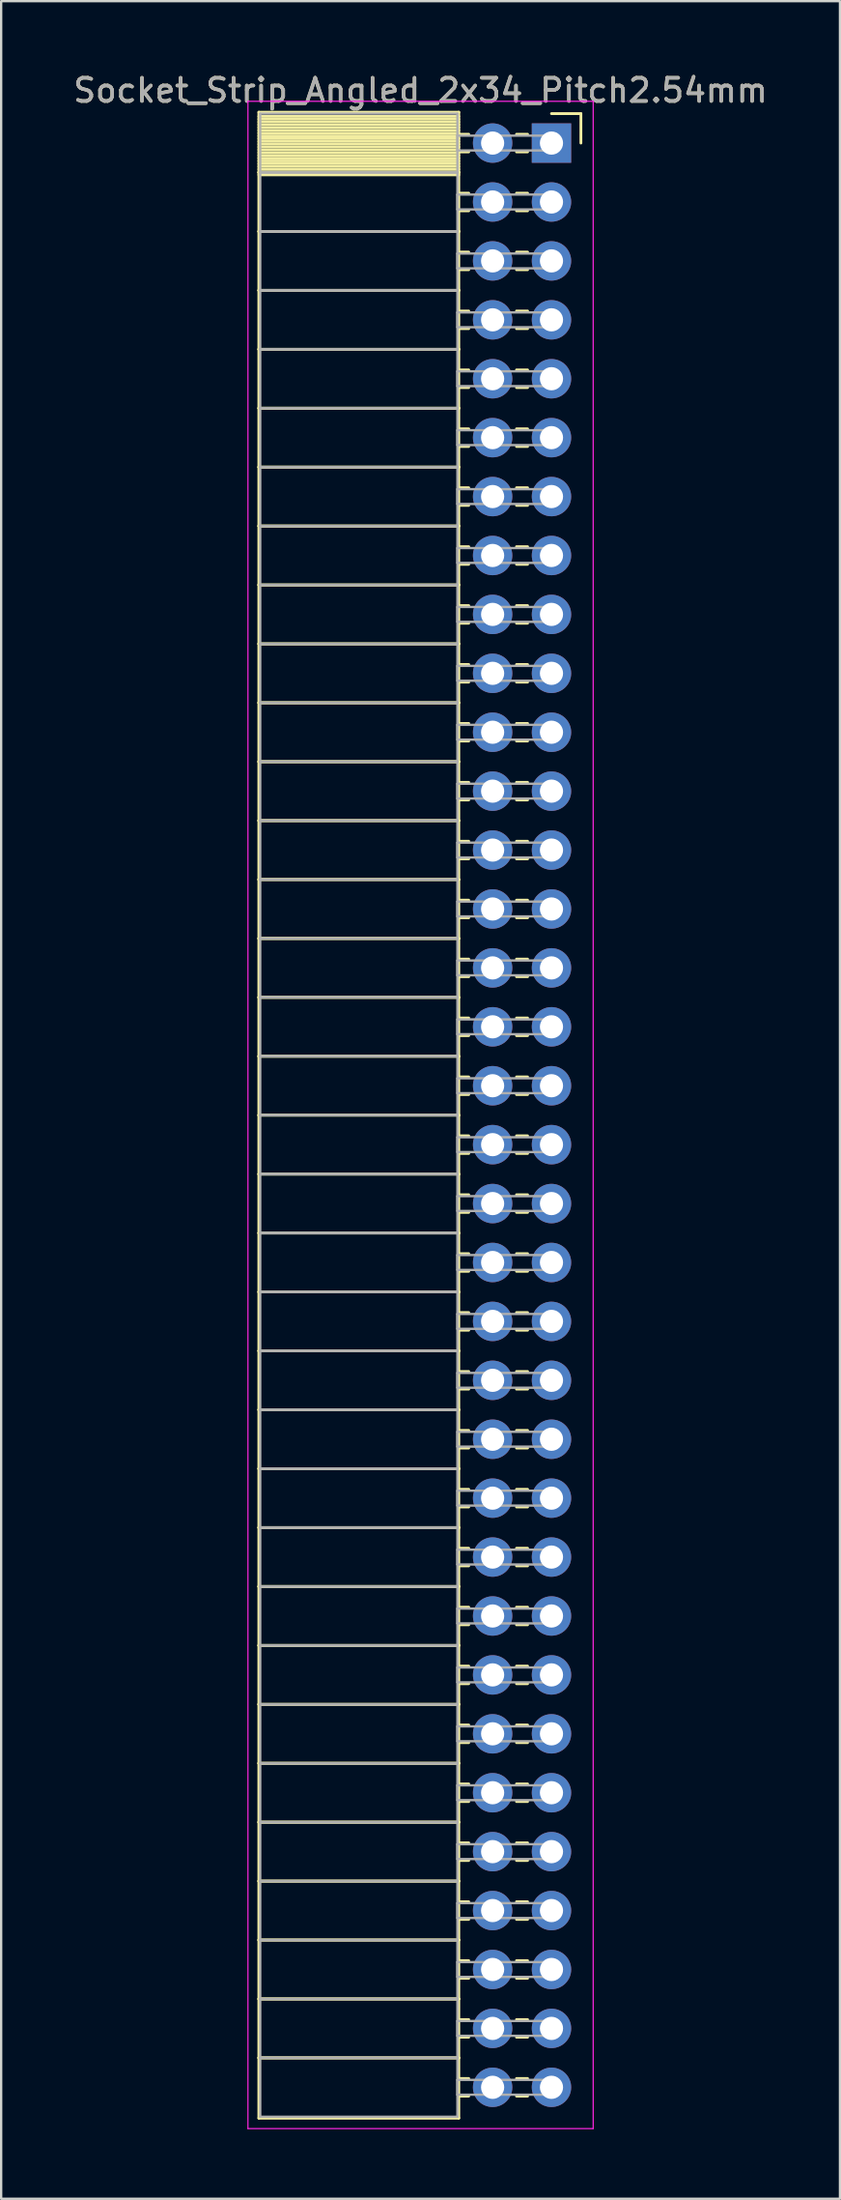
<source format=kicad_pcb>
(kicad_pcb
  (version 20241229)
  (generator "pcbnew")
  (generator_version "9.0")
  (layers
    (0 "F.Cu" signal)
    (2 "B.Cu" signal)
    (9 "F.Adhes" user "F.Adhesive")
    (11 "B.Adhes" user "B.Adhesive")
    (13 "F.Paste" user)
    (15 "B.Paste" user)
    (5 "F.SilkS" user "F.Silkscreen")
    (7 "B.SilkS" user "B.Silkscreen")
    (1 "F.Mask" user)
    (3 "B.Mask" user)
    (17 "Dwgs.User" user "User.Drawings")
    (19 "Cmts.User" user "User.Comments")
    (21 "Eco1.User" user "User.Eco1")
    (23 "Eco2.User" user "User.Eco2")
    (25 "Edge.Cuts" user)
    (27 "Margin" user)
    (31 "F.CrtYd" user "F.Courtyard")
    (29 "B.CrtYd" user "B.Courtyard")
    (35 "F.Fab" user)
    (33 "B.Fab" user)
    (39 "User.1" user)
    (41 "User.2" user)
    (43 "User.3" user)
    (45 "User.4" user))
  (footprint "Socket_Strip_Angled_2x34_Pitch2.54mm"
    (layer "F.Cu")
    (at 20.751 3.118)
    (property "Reference" "Socket_Strip_Angled_2x34_Pitch2.54mm" (at -5.65 -2.27 0) (layer "F.SilkS") (effects (font (size 1 1) (thickness 0.15))))
    (attr through_hole)
    (fp_line (start -12.63 -1.33) (end -4 -1.33) (stroke (width 0.12) (type solid)) (layer "F.SilkS"))
    (fp_line (start -12.63 1.27) (end -12.63 -1.33) (stroke (width 0.12) (type solid)) (layer "F.SilkS"))
    (fp_line (start -12.63 1.27) (end -4 1.27) (stroke (width 0.12) (type solid)) (layer "F.SilkS"))
    (fp_line (start -12.63 3.81) (end -12.63 1.27) (stroke (width 0.12) (type solid)) (layer "F.SilkS"))
    (fp_line (start -12.63 3.81) (end -4 3.81) (stroke (width 0.12) (type solid)) (layer "F.SilkS"))
    (fp_line (start -12.63 6.35) (end -12.63 3.81) (stroke (width 0.12) (type solid)) (layer "F.SilkS"))
    (fp_line (start -12.63 6.35) (end -4 6.35) (stroke (width 0.12) (type solid)) (layer "F.SilkS"))
    (fp_line (start -12.63 8.89) (end -12.63 6.35) (stroke (width 0.12) (type solid)) (layer "F.SilkS"))
    (fp_line (start -12.63 8.89) (end -4 8.89) (stroke (width 0.12) (type solid)) (layer "F.SilkS"))
    (fp_line (start -12.63 11.43) (end -12.63 8.89) (stroke (width 0.12) (type solid)) (layer "F.SilkS"))
    (fp_line (start -12.63 11.43) (end -4 11.43) (stroke (width 0.12) (type solid)) (layer "F.SilkS"))
    (fp_line (start -12.63 13.97) (end -12.63 11.43) (stroke (width 0.12) (type solid)) (layer "F.SilkS"))
    (fp_line (start -12.63 13.97) (end -4 13.97) (stroke (width 0.12) (type solid)) (layer "F.SilkS"))
    (fp_line (start -12.63 16.51) (end -12.63 13.97) (stroke (width 0.12) (type solid)) (layer "F.SilkS"))
    (fp_line (start -12.63 16.51) (end -4 16.51) (stroke (width 0.12) (type solid)) (layer "F.SilkS"))
    (fp_line (start -12.63 19.05) (end -12.63 16.51) (stroke (width 0.12) (type solid)) (layer "F.SilkS"))
    (fp_line (start -12.63 19.05) (end -4 19.05) (stroke (width 0.12) (type solid)) (layer "F.SilkS"))
    (fp_line (start -12.63 21.59) (end -12.63 19.05) (stroke (width 0.12) (type solid)) (layer "F.SilkS"))
    (fp_line (start -12.63 21.59) (end -4 21.59) (stroke (width 0.12) (type solid)) (layer "F.SilkS"))
    (fp_line (start -12.63 24.13) (end -12.63 21.59) (stroke (width 0.12) (type solid)) (layer "F.SilkS"))
    (fp_line (start -12.63 24.13) (end -4 24.13) (stroke (width 0.12) (type solid)) (layer "F.SilkS"))
    (fp_line (start -12.63 26.67) (end -12.63 24.13) (stroke (width 0.12) (type solid)) (layer "F.SilkS"))
    (fp_line (start -12.63 26.67) (end -4 26.67) (stroke (width 0.12) (type solid)) (layer "F.SilkS"))
    (fp_line (start -12.63 29.21) (end -12.63 26.67) (stroke (width 0.12) (type solid)) (layer "F.SilkS"))
    (fp_line (start -12.63 29.21) (end -4 29.21) (stroke (width 0.12) (type solid)) (layer "F.SilkS"))
    (fp_line (start -12.63 31.75) (end -12.63 29.21) (stroke (width 0.12) (type solid)) (layer "F.SilkS"))
    (fp_line (start -12.63 31.75) (end -4 31.75) (stroke (width 0.12) (type solid)) (layer "F.SilkS"))
    (fp_line (start -12.63 34.29) (end -12.63 31.75) (stroke (width 0.12) (type solid)) (layer "F.SilkS"))
    (fp_line (start -12.63 34.29) (end -4 34.29) (stroke (width 0.12) (type solid)) (layer "F.SilkS"))
    (fp_line (start -12.63 36.83) (end -12.63 34.29) (stroke (width 0.12) (type solid)) (layer "F.SilkS"))
    (fp_line (start -12.63 36.83) (end -4 36.83) (stroke (width 0.12) (type solid)) (layer "F.SilkS"))
    (fp_line (start -12.63 39.37) (end -12.63 36.83) (stroke (width 0.12) (type solid)) (layer "F.SilkS"))
    (fp_line (start -12.63 39.37) (end -4 39.37) (stroke (width 0.12) (type solid)) (layer "F.SilkS"))
    (fp_line (start -12.63 41.91) (end -12.63 39.37) (stroke (width 0.12) (type solid)) (layer "F.SilkS"))
    (fp_line (start -12.63 41.91) (end -4 41.91) (stroke (width 0.12) (type solid)) (layer "F.SilkS"))
    (fp_line (start -12.63 44.45) (end -12.63 41.91) (stroke (width 0.12) (type solid)) (layer "F.SilkS"))
    (fp_line (start -12.63 44.45) (end -4 44.45) (stroke (width 0.12) (type solid)) (layer "F.SilkS"))
    (fp_line (start -12.63 46.99) (end -12.63 44.45) (stroke (width 0.12) (type solid)) (layer "F.SilkS"))
    (fp_line (start -12.63 46.99) (end -4 46.99) (stroke (width 0.12) (type solid)) (layer "F.SilkS"))
    (fp_line (start -12.63 49.53) (end -12.63 46.99) (stroke (width 0.12) (type solid)) (layer "F.SilkS"))
    (fp_line (start -12.63 49.53) (end -4 49.53) (stroke (width 0.12) (type solid)) (layer "F.SilkS"))
    (fp_line (start -12.63 52.07) (end -12.63 49.53) (stroke (width 0.12) (type solid)) (layer "F.SilkS"))
    (fp_line (start -12.63 52.07) (end -4 52.07) (stroke (width 0.12) (type solid)) (layer "F.SilkS"))
    (fp_line (start -12.63 54.61) (end -12.63 52.07) (stroke (width 0.12) (type solid)) (layer "F.SilkS"))
    (fp_line (start -12.63 54.61) (end -4 54.61) (stroke (width 0.12) (type solid)) (layer "F.SilkS"))
    (fp_line (start -12.63 57.15) (end -12.63 54.61) (stroke (width 0.12) (type solid)) (layer "F.SilkS"))
    (fp_line (start -12.63 57.15) (end -4 57.15) (stroke (width 0.12) (type solid)) (layer "F.SilkS"))
    (fp_line (start -12.63 59.69) (end -12.63 57.15) (stroke (width 0.12) (type solid)) (layer "F.SilkS"))
    (fp_line (start -12.63 59.69) (end -4 59.69) (stroke (width 0.12) (type solid)) (layer "F.SilkS"))
    (fp_line (start -12.63 62.23) (end -12.63 59.69) (stroke (width 0.12) (type solid)) (layer "F.SilkS"))
    (fp_line (start -12.63 62.23) (end -4 62.23) (stroke (width 0.12) (type solid)) (layer "F.SilkS"))
    (fp_line (start -12.63 64.77) (end -12.63 62.23) (stroke (width 0.12) (type solid)) (layer "F.SilkS"))
    (fp_line (start -12.63 64.77) (end -4 64.77) (stroke (width 0.12) (type solid)) (layer "F.SilkS"))
    (fp_line (start -12.63 67.31) (end -12.63 64.77) (stroke (width 0.12) (type solid)) (layer "F.SilkS"))
    (fp_line (start -12.63 67.31) (end -4 67.31) (stroke (width 0.12) (type solid)) (layer "F.SilkS"))
    (fp_line (start -12.63 69.85) (end -12.63 67.31) (stroke (width 0.12) (type solid)) (layer "F.SilkS"))
    (fp_line (start -12.63 69.85) (end -4 69.85) (stroke (width 0.12) (type solid)) (layer "F.SilkS"))
    (fp_line (start -12.63 72.39) (end -12.63 69.85) (stroke (width 0.12) (type solid)) (layer "F.SilkS"))
    (fp_line (start -12.63 72.39) (end -4 72.39) (stroke (width 0.12) (type solid)) (layer "F.SilkS"))
    (fp_line (start -12.63 74.93) (end -12.63 72.39) (stroke (width 0.12) (type solid)) (layer "F.SilkS"))
    (fp_line (start -12.63 74.93) (end -4 74.93) (stroke (width 0.12) (type solid)) (layer "F.SilkS"))
    (fp_line (start -12.63 77.47) (end -12.63 74.93) (stroke (width 0.12) (type solid)) (layer "F.SilkS"))
    (fp_line (start -12.63 77.47) (end -4 77.47) (stroke (width 0.12) (type solid)) (layer "F.SilkS"))
    (fp_line (start -12.63 80.01) (end -12.63 77.47) (stroke (width 0.12) (type solid)) (layer "F.SilkS"))
    (fp_line (start -12.63 80.01) (end -4 80.01) (stroke (width 0.12) (type solid)) (layer "F.SilkS"))
    (fp_line (start -12.63 82.55) (end -12.63 80.01) (stroke (width 0.12) (type solid)) (layer "F.SilkS"))
    (fp_line (start -12.63 82.55) (end -4 82.55) (stroke (width 0.12) (type solid)) (layer "F.SilkS"))
    (fp_line (start -12.63 85.15) (end -12.63 82.55) (stroke (width 0.12) (type solid)) (layer "F.SilkS"))
    (fp_line (start -4 -1.33) (end -4 1.27) (stroke (width 0.12) (type solid)) (layer "F.SilkS"))
    (fp_line (start -4 -1.15) (end -12.63 -1.15) (stroke (width 0.12) (type solid)) (layer "F.SilkS"))
    (fp_line (start -4 -1.03) (end -12.63 -1.03) (stroke (width 0.12) (type solid)) (layer "F.SilkS"))
    (fp_line (start -4 -0.91) (end -12.63 -0.91) (stroke (width 0.12) (type solid)) (layer "F.SilkS"))
    (fp_line (start -4 -0.79) (end -12.63 -0.79) (stroke (width 0.12) (type solid)) (layer "F.SilkS"))
    (fp_line (start -4 -0.67) (end -12.63 -0.67) (stroke (width 0.12) (type solid)) (layer "F.SilkS"))
    (fp_line (start -4 -0.55) (end -12.63 -0.55) (stroke (width 0.12) (type solid)) (layer "F.SilkS"))
    (fp_line (start -4 -0.43) (end -12.63 -0.43) (stroke (width 0.12) (type solid)) (layer "F.SilkS"))
    (fp_line (start -4 -0.31) (end -12.63 -0.31) (stroke (width 0.12) (type solid)) (layer "F.SilkS"))
    (fp_line (start -4 -0.19) (end -12.63 -0.19) (stroke (width 0.12) (type solid)) (layer "F.SilkS"))
    (fp_line (start -4 -0.07) (end -12.63 -0.07) (stroke (width 0.12) (type solid)) (layer "F.SilkS"))
    (fp_line (start -4 0.05) (end -12.63 0.05) (stroke (width 0.12) (type solid)) (layer "F.SilkS"))
    (fp_line (start -4 0.17) (end -12.63 0.17) (stroke (width 0.12) (type solid)) (layer "F.SilkS"))
    (fp_line (start -4 0.29) (end -12.63 0.29) (stroke (width 0.12) (type solid)) (layer "F.SilkS"))
    (fp_line (start -4 0.41) (end -12.63 0.41) (stroke (width 0.12) (type solid)) (layer "F.SilkS"))
    (fp_line (start -4 0.53) (end -12.63 0.53) (stroke (width 0.12) (type solid)) (layer "F.SilkS"))
    (fp_line (start -4 0.65) (end -12.63 0.65) (stroke (width 0.12) (type solid)) (layer "F.SilkS"))
    (fp_line (start -4 0.77) (end -12.63 0.77) (stroke (width 0.12) (type solid)) (layer "F.SilkS"))
    (fp_line (start -4 0.89) (end -12.63 0.89) (stroke (width 0.12) (type solid)) (layer "F.SilkS"))
    (fp_line (start -4 1.01) (end -12.63 1.01) (stroke (width 0.12) (type solid)) (layer "F.SilkS"))
    (fp_line (start -4 1.13) (end -12.63 1.13) (stroke (width 0.12) (type solid)) (layer "F.SilkS"))
    (fp_line (start -4 1.25) (end -12.63 1.25) (stroke (width 0.12) (type solid)) (layer "F.SilkS"))
    (fp_line (start -4 1.27) (end -12.63 1.27) (stroke (width 0.12) (type solid)) (layer "F.SilkS"))
    (fp_line (start -4 1.27) (end -4 3.81) (stroke (width 0.12) (type solid)) (layer "F.SilkS"))
    (fp_line (start -4 1.37) (end -12.63 1.37) (stroke (width 0.12) (type solid)) (layer "F.SilkS"))
    (fp_line (start -4 3.81) (end -12.63 3.81) (stroke (width 0.12) (type solid)) (layer "F.SilkS"))
    (fp_line (start -4 3.81) (end -4 6.35) (stroke (width 0.12) (type solid)) (layer "F.SilkS"))
    (fp_line (start -4 6.35) (end -12.63 6.35) (stroke (width 0.12) (type solid)) (layer "F.SilkS"))
    (fp_line (start -4 6.35) (end -4 8.89) (stroke (width 0.12) (type solid)) (layer "F.SilkS"))
    (fp_line (start -4 8.89) (end -12.63 8.89) (stroke (width 0.12) (type solid)) (layer "F.SilkS"))
    (fp_line (start -4 8.89) (end -4 11.43) (stroke (width 0.12) (type solid)) (layer "F.SilkS"))
    (fp_line (start -4 11.43) (end -12.63 11.43) (stroke (width 0.12) (type solid)) (layer "F.SilkS"))
    (fp_line (start -4 11.43) (end -4 13.97) (stroke (width 0.12) (type solid)) (layer "F.SilkS"))
    (fp_line (start -4 13.97) (end -12.63 13.97) (stroke (width 0.12) (type solid)) (layer "F.SilkS"))
    (fp_line (start -4 13.97) (end -4 16.51) (stroke (width 0.12) (type solid)) (layer "F.SilkS"))
    (fp_line (start -4 16.51) (end -12.63 16.51) (stroke (width 0.12) (type solid)) (layer "F.SilkS"))
    (fp_line (start -4 16.51) (end -4 19.05) (stroke (width 0.12) (type solid)) (layer "F.SilkS"))
    (fp_line (start -4 19.05) (end -12.63 19.05) (stroke (width 0.12) (type solid)) (layer "F.SilkS"))
    (fp_line (start -4 19.05) (end -4 21.59) (stroke (width 0.12) (type solid)) (layer "F.SilkS"))
    (fp_line (start -4 21.59) (end -12.63 21.59) (stroke (width 0.12) (type solid)) (layer "F.SilkS"))
    (fp_line (start -4 21.59) (end -4 24.13) (stroke (width 0.12) (type solid)) (layer "F.SilkS"))
    (fp_line (start -4 24.13) (end -12.63 24.13) (stroke (width 0.12) (type solid)) (layer "F.SilkS"))
    (fp_line (start -4 24.13) (end -4 26.67) (stroke (width 0.12) (type solid)) (layer "F.SilkS"))
    (fp_line (start -4 26.67) (end -12.63 26.67) (stroke (width 0.12) (type solid)) (layer "F.SilkS"))
    (fp_line (start -4 26.67) (end -4 29.21) (stroke (width 0.12) (type solid)) (layer "F.SilkS"))
    (fp_line (start -4 29.21) (end -12.63 29.21) (stroke (width 0.12) (type solid)) (layer "F.SilkS"))
    (fp_line (start -4 29.21) (end -4 31.75) (stroke (width 0.12) (type solid)) (layer "F.SilkS"))
    (fp_line (start -4 31.75) (end -12.63 31.75) (stroke (width 0.12) (type solid)) (layer "F.SilkS"))
    (fp_line (start -4 31.75) (end -4 34.29) (stroke (width 0.12) (type solid)) (layer "F.SilkS"))
    (fp_line (start -4 34.29) (end -12.63 34.29) (stroke (width 0.12) (type solid)) (layer "F.SilkS"))
    (fp_line (start -4 34.29) (end -4 36.83) (stroke (width 0.12) (type solid)) (layer "F.SilkS"))
    (fp_line (start -4 36.83) (end -12.63 36.83) (stroke (width 0.12) (type solid)) (layer "F.SilkS"))
    (fp_line (start -4 36.83) (end -4 39.37) (stroke (width 0.12) (type solid)) (layer "F.SilkS"))
    (fp_line (start -4 39.37) (end -12.63 39.37) (stroke (width 0.12) (type solid)) (layer "F.SilkS"))
    (fp_line (start -4 39.37) (end -4 41.91) (stroke (width 0.12) (type solid)) (layer "F.SilkS"))
    (fp_line (start -4 41.91) (end -12.63 41.91) (stroke (width 0.12) (type solid)) (layer "F.SilkS"))
    (fp_line (start -4 41.91) (end -4 44.45) (stroke (width 0.12) (type solid)) (layer "F.SilkS"))
    (fp_line (start -4 44.45) (end -12.63 44.45) (stroke (width 0.12) (type solid)) (layer "F.SilkS"))
    (fp_line (start -4 44.45) (end -4 46.99) (stroke (width 0.12) (type solid)) (layer "F.SilkS"))
    (fp_line (start -4 46.99) (end -12.63 46.99) (stroke (width 0.12) (type solid)) (layer "F.SilkS"))
    (fp_line (start -4 46.99) (end -4 49.53) (stroke (width 0.12) (type solid)) (layer "F.SilkS"))
    (fp_line (start -4 49.53) (end -12.63 49.53) (stroke (width 0.12) (type solid)) (layer "F.SilkS"))
    (fp_line (start -4 49.53) (end -4 52.07) (stroke (width 0.12) (type solid)) (layer "F.SilkS"))
    (fp_line (start -4 52.07) (end -12.63 52.07) (stroke (width 0.12) (type solid)) (layer "F.SilkS"))
    (fp_line (start -4 52.07) (end -4 54.61) (stroke (width 0.12) (type solid)) (layer "F.SilkS"))
    (fp_line (start -4 54.61) (end -12.63 54.61) (stroke (width 0.12) (type solid)) (layer "F.SilkS"))
    (fp_line (start -4 54.61) (end -4 57.15) (stroke (width 0.12) (type solid)) (layer "F.SilkS"))
    (fp_line (start -4 57.15) (end -12.63 57.15) (stroke (width 0.12) (type solid)) (layer "F.SilkS"))
    (fp_line (start -4 57.15) (end -4 59.69) (stroke (width 0.12) (type solid)) (layer "F.SilkS"))
    (fp_line (start -4 59.69) (end -12.63 59.69) (stroke (width 0.12) (type solid)) (layer "F.SilkS"))
    (fp_line (start -4 59.69) (end -4 62.23) (stroke (width 0.12) (type solid)) (layer "F.SilkS"))
    (fp_line (start -4 62.23) (end -12.63 62.23) (stroke (width 0.12) (type solid)) (layer "F.SilkS"))
    (fp_line (start -4 62.23) (end -4 64.77) (stroke (width 0.12) (type solid)) (layer "F.SilkS"))
    (fp_line (start -4 64.77) (end -12.63 64.77) (stroke (width 0.12) (type solid)) (layer "F.SilkS"))
    (fp_line (start -4 64.77) (end -4 67.31) (stroke (width 0.12) (type solid)) (layer "F.SilkS"))
    (fp_line (start -4 67.31) (end -12.63 67.31) (stroke (width 0.12) (type solid)) (layer "F.SilkS"))
    (fp_line (start -4 67.31) (end -4 69.85) (stroke (width 0.12) (type solid)) (layer "F.SilkS"))
    (fp_line (start -4 69.85) (end -12.63 69.85) (stroke (width 0.12) (type solid)) (layer "F.SilkS"))
    (fp_line (start -4 69.85) (end -4 72.39) (stroke (width 0.12) (type solid)) (layer "F.SilkS"))
    (fp_line (start -4 72.39) (end -12.63 72.39) (stroke (width 0.12) (type solid)) (layer "F.SilkS"))
    (fp_line (start -4 72.39) (end -4 74.93) (stroke (width 0.12) (type solid)) (layer "F.SilkS"))
    (fp_line (start -4 74.93) (end -12.63 74.93) (stroke (width 0.12) (type solid)) (layer "F.SilkS"))
    (fp_line (start -4 74.93) (end -4 77.47) (stroke (width 0.12) (type solid)) (layer "F.SilkS"))
    (fp_line (start -4 77.47) (end -12.63 77.47) (stroke (width 0.12) (type solid)) (layer "F.SilkS"))
    (fp_line (start -4 77.47) (end -4 80.01) (stroke (width 0.12) (type solid)) (layer "F.SilkS"))
    (fp_line (start -4 80.01) (end -12.63 80.01) (stroke (width 0.12) (type solid)) (layer "F.SilkS"))
    (fp_line (start -4 80.01) (end -4 82.55) (stroke (width 0.12) (type solid)) (layer "F.SilkS"))
    (fp_line (start -4 82.55) (end -12.63 82.55) (stroke (width 0.12) (type solid)) (layer "F.SilkS"))
    (fp_line (start -4 82.55) (end -4 85.15) (stroke (width 0.12) (type solid)) (layer "F.SilkS"))
    (fp_line (start -4 85.15) (end -12.63 85.15) (stroke (width 0.12) (type solid)) (layer "F.SilkS"))
    (fp_line (start -3.57 -0.38) (end -4 -0.38) (stroke (width 0.12) (type solid)) (layer "F.SilkS"))
    (fp_line (start -3.57 0.38) (end -4 0.38) (stroke (width 0.12) (type solid)) (layer "F.SilkS"))
    (fp_line (start -3.57 2.16) (end -4 2.16) (stroke (width 0.12) (type solid)) (layer "F.SilkS"))
    (fp_line (start -3.57 2.92) (end -4 2.92) (stroke (width 0.12) (type solid)) (layer "F.SilkS"))
    (fp_line (start -3.57 4.7) (end -4 4.7) (stroke (width 0.12) (type solid)) (layer "F.SilkS"))
    (fp_line (start -3.57 5.46) (end -4 5.46) (stroke (width 0.12) (type solid)) (layer "F.SilkS"))
    (fp_line (start -3.57 7.24) (end -4 7.24) (stroke (width 0.12) (type solid)) (layer "F.SilkS"))
    (fp_line (start -3.57 8) (end -4 8) (stroke (width 0.12) (type solid)) (layer "F.SilkS"))
    (fp_line (start -3.57 9.78) (end -4 9.78) (stroke (width 0.12) (type solid)) (layer "F.SilkS"))
    (fp_line (start -3.57 10.54) (end -4 10.54) (stroke (width 0.12) (type solid)) (layer "F.SilkS"))
    (fp_line (start -3.57 12.32) (end -4 12.32) (stroke (width 0.12) (type solid)) (layer "F.SilkS"))
    (fp_line (start -3.57 13.08) (end -4 13.08) (stroke (width 0.12) (type solid)) (layer "F.SilkS"))
    (fp_line (start -3.57 14.86) (end -4 14.86) (stroke (width 0.12) (type solid)) (layer "F.SilkS"))
    (fp_line (start -3.57 15.62) (end -4 15.62) (stroke (width 0.12) (type solid)) (layer "F.SilkS"))
    (fp_line (start -3.57 17.4) (end -4 17.4) (stroke (width 0.12) (type solid)) (layer "F.SilkS"))
    (fp_line (start -3.57 18.16) (end -4 18.16) (stroke (width 0.12) (type solid)) (layer "F.SilkS"))
    (fp_line (start -3.57 19.94) (end -4 19.94) (stroke (width 0.12) (type solid)) (layer "F.SilkS"))
    (fp_line (start -3.57 20.7) (end -4 20.7) (stroke (width 0.12) (type solid)) (layer "F.SilkS"))
    (fp_line (start -3.57 22.48) (end -4 22.48) (stroke (width 0.12) (type solid)) (layer "F.SilkS"))
    (fp_line (start -3.57 23.24) (end -4 23.24) (stroke (width 0.12) (type solid)) (layer "F.SilkS"))
    (fp_line (start -3.57 25.02) (end -4 25.02) (stroke (width 0.12) (type solid)) (layer "F.SilkS"))
    (fp_line (start -3.57 25.78) (end -4 25.78) (stroke (width 0.12) (type solid)) (layer "F.SilkS"))
    (fp_line (start -3.57 27.56) (end -4 27.56) (stroke (width 0.12) (type solid)) (layer "F.SilkS"))
    (fp_line (start -3.57 28.32) (end -4 28.32) (stroke (width 0.12) (type solid)) (layer "F.SilkS"))
    (fp_line (start -3.57 30.1) (end -4 30.1) (stroke (width 0.12) (type solid)) (layer "F.SilkS"))
    (fp_line (start -3.57 30.86) (end -4 30.86) (stroke (width 0.12) (type solid)) (layer "F.SilkS"))
    (fp_line (start -3.57 32.64) (end -4 32.64) (stroke (width 0.12) (type solid)) (layer "F.SilkS"))
    (fp_line (start -3.57 33.4) (end -4 33.4) (stroke (width 0.12) (type solid)) (layer "F.SilkS"))
    (fp_line (start -3.57 35.18) (end -4 35.18) (stroke (width 0.12) (type solid)) (layer "F.SilkS"))
    (fp_line (start -3.57 35.94) (end -4 35.94) (stroke (width 0.12) (type solid)) (layer "F.SilkS"))
    (fp_line (start -3.57 37.72) (end -4 37.72) (stroke (width 0.12) (type solid)) (layer "F.SilkS"))
    (fp_line (start -3.57 38.48) (end -4 38.48) (stroke (width 0.12) (type solid)) (layer "F.SilkS"))
    (fp_line (start -3.57 40.26) (end -4 40.26) (stroke (width 0.12) (type solid)) (layer "F.SilkS"))
    (fp_line (start -3.57 41.02) (end -4 41.02) (stroke (width 0.12) (type solid)) (layer "F.SilkS"))
    (fp_line (start -3.57 42.8) (end -4 42.8) (stroke (width 0.12) (type solid)) (layer "F.SilkS"))
    (fp_line (start -3.57 43.56) (end -4 43.56) (stroke (width 0.12) (type solid)) (layer "F.SilkS"))
    (fp_line (start -3.57 45.34) (end -4 45.34) (stroke (width 0.12) (type solid)) (layer "F.SilkS"))
    (fp_line (start -3.57 46.1) (end -4 46.1) (stroke (width 0.12) (type solid)) (layer "F.SilkS"))
    (fp_line (start -3.57 47.88) (end -4 47.88) (stroke (width 0.12) (type solid)) (layer "F.SilkS"))
    (fp_line (start -3.57 48.64) (end -4 48.64) (stroke (width 0.12) (type solid)) (layer "F.SilkS"))
    (fp_line (start -3.57 50.42) (end -4 50.42) (stroke (width 0.12) (type solid)) (layer "F.SilkS"))
    (fp_line (start -3.57 51.18) (end -4 51.18) (stroke (width 0.12) (type solid)) (layer "F.SilkS"))
    (fp_line (start -3.57 52.96) (end -4 52.96) (stroke (width 0.12) (type solid)) (layer "F.SilkS"))
    (fp_line (start -3.57 53.72) (end -4 53.72) (stroke (width 0.12) (type solid)) (layer "F.SilkS"))
    (fp_line (start -3.57 55.5) (end -4 55.5) (stroke (width 0.12) (type solid)) (layer "F.SilkS"))
    (fp_line (start -3.57 56.26) (end -4 56.26) (stroke (width 0.12) (type solid)) (layer "F.SilkS"))
    (fp_line (start -3.57 58.04) (end -4 58.04) (stroke (width 0.12) (type solid)) (layer "F.SilkS"))
    (fp_line (start -3.57 58.8) (end -4 58.8) (stroke (width 0.12) (type solid)) (layer "F.SilkS"))
    (fp_line (start -3.57 60.58) (end -4 60.58) (stroke (width 0.12) (type solid)) (layer "F.SilkS"))
    (fp_line (start -3.57 61.34) (end -4 61.34) (stroke (width 0.12) (type solid)) (layer "F.SilkS"))
    (fp_line (start -3.57 63.12) (end -4 63.12) (stroke (width 0.12) (type solid)) (layer "F.SilkS"))
    (fp_line (start -3.57 63.88) (end -4 63.88) (stroke (width 0.12) (type solid)) (layer "F.SilkS"))
    (fp_line (start -3.57 65.66) (end -4 65.66) (stroke (width 0.12) (type solid)) (layer "F.SilkS"))
    (fp_line (start -3.57 66.42) (end -4 66.42) (stroke (width 0.12) (type solid)) (layer "F.SilkS"))
    (fp_line (start -3.57 68.2) (end -4 68.2) (stroke (width 0.12) (type solid)) (layer "F.SilkS"))
    (fp_line (start -3.57 68.96) (end -4 68.96) (stroke (width 0.12) (type solid)) (layer "F.SilkS"))
    (fp_line (start -3.57 70.74) (end -4 70.74) (stroke (width 0.12) (type solid)) (layer "F.SilkS"))
    (fp_line (start -3.57 71.5) (end -4 71.5) (stroke (width 0.12) (type solid)) (layer "F.SilkS"))
    (fp_line (start -3.57 73.28) (end -4 73.28) (stroke (width 0.12) (type solid)) (layer "F.SilkS"))
    (fp_line (start -3.57 74.04) (end -4 74.04) (stroke (width 0.12) (type solid)) (layer "F.SilkS"))
    (fp_line (start -3.57 75.82) (end -4 75.82) (stroke (width 0.12) (type solid)) (layer "F.SilkS"))
    (fp_line (start -3.57 76.58) (end -4 76.58) (stroke (width 0.12) (type solid)) (layer "F.SilkS"))
    (fp_line (start -3.57 78.36) (end -4 78.36) (stroke (width 0.12) (type solid)) (layer "F.SilkS"))
    (fp_line (start -3.57 79.12) (end -4 79.12) (stroke (width 0.12) (type solid)) (layer "F.SilkS"))
    (fp_line (start -3.57 80.9) (end -4 80.9) (stroke (width 0.12) (type solid)) (layer "F.SilkS"))
    (fp_line (start -3.57 81.66) (end -4 81.66) (stroke (width 0.12) (type solid)) (layer "F.SilkS"))
    (fp_line (start -3.57 83.44) (end -4 83.44) (stroke (width 0.12) (type solid)) (layer "F.SilkS"))
    (fp_line (start -3.57 84.2) (end -4 84.2) (stroke (width 0.12) (type solid)) (layer "F.SilkS"))
    (fp_line (start -1.03 -0.38) (end -1.51 -0.38) (stroke (width 0.12) (type solid)) (layer "F.SilkS"))
    (fp_line (start -1.03 0.38) (end -1.51 0.38) (stroke (width 0.12) (type solid)) (layer "F.SilkS"))
    (fp_line (start -1.03 2.16) (end -1.51 2.16) (stroke (width 0.12) (type solid)) (layer "F.SilkS"))
    (fp_line (start -1.03 2.92) (end -1.51 2.92) (stroke (width 0.12) (type solid)) (layer "F.SilkS"))
    (fp_line (start -1.03 4.7) (end -1.51 4.7) (stroke (width 0.12) (type solid)) (layer "F.SilkS"))
    (fp_line (start -1.03 5.46) (end -1.51 5.46) (stroke (width 0.12) (type solid)) (layer "F.SilkS"))
    (fp_line (start -1.03 7.24) (end -1.51 7.24) (stroke (width 0.12) (type solid)) (layer "F.SilkS"))
    (fp_line (start -1.03 8) (end -1.51 8) (stroke (width 0.12) (type solid)) (layer "F.SilkS"))
    (fp_line (start -1.03 9.78) (end -1.51 9.78) (stroke (width 0.12) (type solid)) (layer "F.SilkS"))
    (fp_line (start -1.03 10.54) (end -1.51 10.54) (stroke (width 0.12) (type solid)) (layer "F.SilkS"))
    (fp_line (start -1.03 12.32) (end -1.51 12.32) (stroke (width 0.12) (type solid)) (layer "F.SilkS"))
    (fp_line (start -1.03 13.08) (end -1.51 13.08) (stroke (width 0.12) (type solid)) (layer "F.SilkS"))
    (fp_line (start -1.03 14.86) (end -1.51 14.86) (stroke (width 0.12) (type solid)) (layer "F.SilkS"))
    (fp_line (start -1.03 15.62) (end -1.51 15.62) (stroke (width 0.12) (type solid)) (layer "F.SilkS"))
    (fp_line (start -1.03 17.4) (end -1.51 17.4) (stroke (width 0.12) (type solid)) (layer "F.SilkS"))
    (fp_line (start -1.03 18.16) (end -1.51 18.16) (stroke (width 0.12) (type solid)) (layer "F.SilkS"))
    (fp_line (start -1.03 19.94) (end -1.51 19.94) (stroke (width 0.12) (type solid)) (layer "F.SilkS"))
    (fp_line (start -1.03 20.7) (end -1.51 20.7) (stroke (width 0.12) (type solid)) (layer "F.SilkS"))
    (fp_line (start -1.03 22.48) (end -1.51 22.48) (stroke (width 0.12) (type solid)) (layer "F.SilkS"))
    (fp_line (start -1.03 23.24) (end -1.51 23.24) (stroke (width 0.12) (type solid)) (layer "F.SilkS"))
    (fp_line (start -1.03 25.02) (end -1.51 25.02) (stroke (width 0.12) (type solid)) (layer "F.SilkS"))
    (fp_line (start -1.03 25.78) (end -1.51 25.78) (stroke (width 0.12) (type solid)) (layer "F.SilkS"))
    (fp_line (start -1.03 27.56) (end -1.51 27.56) (stroke (width 0.12) (type solid)) (layer "F.SilkS"))
    (fp_line (start -1.03 28.32) (end -1.51 28.32) (stroke (width 0.12) (type solid)) (layer "F.SilkS"))
    (fp_line (start -1.03 30.1) (end -1.51 30.1) (stroke (width 0.12) (type solid)) (layer "F.SilkS"))
    (fp_line (start -1.03 30.86) (end -1.51 30.86) (stroke (width 0.12) (type solid)) (layer "F.SilkS"))
    (fp_line (start -1.03 32.64) (end -1.51 32.64) (stroke (width 0.12) (type solid)) (layer "F.SilkS"))
    (fp_line (start -1.03 33.4) (end -1.51 33.4) (stroke (width 0.12) (type solid)) (layer "F.SilkS"))
    (fp_line (start -1.03 35.18) (end -1.51 35.18) (stroke (width 0.12) (type solid)) (layer "F.SilkS"))
    (fp_line (start -1.03 35.94) (end -1.51 35.94) (stroke (width 0.12) (type solid)) (layer "F.SilkS"))
    (fp_line (start -1.03 37.72) (end -1.51 37.72) (stroke (width 0.12) (type solid)) (layer "F.SilkS"))
    (fp_line (start -1.03 38.48) (end -1.51 38.48) (stroke (width 0.12) (type solid)) (layer "F.SilkS"))
    (fp_line (start -1.03 40.26) (end -1.51 40.26) (stroke (width 0.12) (type solid)) (layer "F.SilkS"))
    (fp_line (start -1.03 41.02) (end -1.51 41.02) (stroke (width 0.12) (type solid)) (layer "F.SilkS"))
    (fp_line (start -1.03 42.8) (end -1.51 42.8) (stroke (width 0.12) (type solid)) (layer "F.SilkS"))
    (fp_line (start -1.03 43.56) (end -1.51 43.56) (stroke (width 0.12) (type solid)) (layer "F.SilkS"))
    (fp_line (start -1.03 45.34) (end -1.51 45.34) (stroke (width 0.12) (type solid)) (layer "F.SilkS"))
    (fp_line (start -1.03 46.1) (end -1.51 46.1) (stroke (width 0.12) (type solid)) (layer "F.SilkS"))
    (fp_line (start -1.03 47.88) (end -1.51 47.88) (stroke (width 0.12) (type solid)) (layer "F.SilkS"))
    (fp_line (start -1.03 48.64) (end -1.51 48.64) (stroke (width 0.12) (type solid)) (layer "F.SilkS"))
    (fp_line (start -1.03 50.42) (end -1.51 50.42) (stroke (width 0.12) (type solid)) (layer "F.SilkS"))
    (fp_line (start -1.03 51.18) (end -1.51 51.18) (stroke (width 0.12) (type solid)) (layer "F.SilkS"))
    (fp_line (start -1.03 52.96) (end -1.51 52.96) (stroke (width 0.12) (type solid)) (layer "F.SilkS"))
    (fp_line (start -1.03 53.72) (end -1.51 53.72) (stroke (width 0.12) (type solid)) (layer "F.SilkS"))
    (fp_line (start -1.03 55.5) (end -1.51 55.5) (stroke (width 0.12) (type solid)) (layer "F.SilkS"))
    (fp_line (start -1.03 56.26) (end -1.51 56.26) (stroke (width 0.12) (type solid)) (layer "F.SilkS"))
    (fp_line (start -1.03 58.04) (end -1.51 58.04) (stroke (width 0.12) (type solid)) (layer "F.SilkS"))
    (fp_line (start -1.03 58.8) (end -1.51 58.8) (stroke (width 0.12) (type solid)) (layer "F.SilkS"))
    (fp_line (start -1.03 60.58) (end -1.51 60.58) (stroke (width 0.12) (type solid)) (layer "F.SilkS"))
    (fp_line (start -1.03 61.34) (end -1.51 61.34) (stroke (width 0.12) (type solid)) (layer "F.SilkS"))
    (fp_line (start -1.03 63.12) (end -1.51 63.12) (stroke (width 0.12) (type solid)) (layer "F.SilkS"))
    (fp_line (start -1.03 63.88) (end -1.51 63.88) (stroke (width 0.12) (type solid)) (layer "F.SilkS"))
    (fp_line (start -1.03 65.66) (end -1.51 65.66) (stroke (width 0.12) (type solid)) (layer "F.SilkS"))
    (fp_line (start -1.03 66.42) (end -1.51 66.42) (stroke (width 0.12) (type solid)) (layer "F.SilkS"))
    (fp_line (start -1.03 68.2) (end -1.51 68.2) (stroke (width 0.12) (type solid)) (layer "F.SilkS"))
    (fp_line (start -1.03 68.96) (end -1.51 68.96) (stroke (width 0.12) (type solid)) (layer "F.SilkS"))
    (fp_line (start -1.03 70.74) (end -1.51 70.74) (stroke (width 0.12) (type solid)) (layer "F.SilkS"))
    (fp_line (start -1.03 71.5) (end -1.51 71.5) (stroke (width 0.12) (type solid)) (layer "F.SilkS"))
    (fp_line (start -1.03 73.28) (end -1.51 73.28) (stroke (width 0.12) (type solid)) (layer "F.SilkS"))
    (fp_line (start -1.03 74.04) (end -1.51 74.04) (stroke (width 0.12) (type solid)) (layer "F.SilkS"))
    (fp_line (start -1.03 75.82) (end -1.51 75.82) (stroke (width 0.12) (type solid)) (layer "F.SilkS"))
    (fp_line (start -1.03 76.58) (end -1.51 76.58) (stroke (width 0.12) (type solid)) (layer "F.SilkS"))
    (fp_line (start -1.03 78.36) (end -1.51 78.36) (stroke (width 0.12) (type solid)) (layer "F.SilkS"))
    (fp_line (start -1.03 79.12) (end -1.51 79.12) (stroke (width 0.12) (type solid)) (layer "F.SilkS"))
    (fp_line (start -1.03 80.9) (end -1.51 80.9) (stroke (width 0.12) (type solid)) (layer "F.SilkS"))
    (fp_line (start -1.03 81.66) (end -1.51 81.66) (stroke (width 0.12) (type solid)) (layer "F.SilkS"))
    (fp_line (start -1.03 83.44) (end -1.51 83.44) (stroke (width 0.12) (type solid)) (layer "F.SilkS"))
    (fp_line (start -1.03 84.2) (end -1.51 84.2) (stroke (width 0.12) (type solid)) (layer "F.SilkS"))
    (fp_line (start 0 -1.27) (end 1.27 -1.27) (stroke (width 0.12) (type solid)) (layer "F.SilkS"))
    (fp_line (start 1.27 -1.27) (end 1.27 0) (stroke (width 0.12) (type solid)) (layer "F.SilkS"))
    (fp_line (start -13.1 -1.8) (end 1.8 -1.8) (stroke (width 0.05) (type solid)) (layer "F.CrtYd"))
    (fp_line (start -13.1 85.6) (end -13.1 -1.8) (stroke (width 0.05) (type solid)) (layer "F.CrtYd"))
    (fp_line (start 1.8 -1.8) (end 1.8 85.6) (stroke (width 0.05) (type solid)) (layer "F.CrtYd"))
    (fp_line (start 1.8 85.6) (end -13.1 85.6) (stroke (width 0.05) (type solid)) (layer "F.CrtYd"))
    (fp_line (start -12.57 -1.27) (end -4.06 -1.27) (stroke (width 0.1) (type solid)) (layer "F.Fab"))
    (fp_line (start -12.57 1.27) (end -12.57 -1.27) (stroke (width 0.1) (type solid)) (layer "F.Fab"))
    (fp_line (start -12.57 1.27) (end -4.06 1.27) (stroke (width 0.1) (type solid)) (layer "F.Fab"))
    (fp_line (start -12.57 3.81) (end -12.57 1.27) (stroke (width 0.1) (type solid)) (layer "F.Fab"))
    (fp_line (start -12.57 3.81) (end -4.06 3.81) (stroke (width 0.1) (type solid)) (layer "F.Fab"))
    (fp_line (start -12.57 6.35) (end -12.57 3.81) (stroke (width 0.1) (type solid)) (layer "F.Fab"))
    (fp_line (start -12.57 6.35) (end -4.06 6.35) (stroke (width 0.1) (type solid)) (layer "F.Fab"))
    (fp_line (start -12.57 8.89) (end -12.57 6.35) (stroke (width 0.1) (type solid)) (layer "F.Fab"))
    (fp_line (start -12.57 8.89) (end -4.06 8.89) (stroke (width 0.1) (type solid)) (layer "F.Fab"))
    (fp_line (start -12.57 11.43) (end -12.57 8.89) (stroke (width 0.1) (type solid)) (layer "F.Fab"))
    (fp_line (start -12.57 11.43) (end -4.06 11.43) (stroke (width 0.1) (type solid)) (layer "F.Fab"))
    (fp_line (start -12.57 13.97) (end -12.57 11.43) (stroke (width 0.1) (type solid)) (layer "F.Fab"))
    (fp_line (start -12.57 13.97) (end -4.06 13.97) (stroke (width 0.1) (type solid)) (layer "F.Fab"))
    (fp_line (start -12.57 16.51) (end -12.57 13.97) (stroke (width 0.1) (type solid)) (layer "F.Fab"))
    (fp_line (start -12.57 16.51) (end -4.06 16.51) (stroke (width 0.1) (type solid)) (layer "F.Fab"))
    (fp_line (start -12.57 19.05) (end -12.57 16.51) (stroke (width 0.1) (type solid)) (layer "F.Fab"))
    (fp_line (start -12.57 19.05) (end -4.06 19.05) (stroke (width 0.1) (type solid)) (layer "F.Fab"))
    (fp_line (start -12.57 21.59) (end -12.57 19.05) (stroke (width 0.1) (type solid)) (layer "F.Fab"))
    (fp_line (start -12.57 21.59) (end -4.06 21.59) (stroke (width 0.1) (type solid)) (layer "F.Fab"))
    (fp_line (start -12.57 24.13) (end -12.57 21.59) (stroke (width 0.1) (type solid)) (layer "F.Fab"))
    (fp_line (start -12.57 24.13) (end -4.06 24.13) (stroke (width 0.1) (type solid)) (layer "F.Fab"))
    (fp_line (start -12.57 26.67) (end -12.57 24.13) (stroke (width 0.1) (type solid)) (layer "F.Fab"))
    (fp_line (start -12.57 26.67) (end -4.06 26.67) (stroke (width 0.1) (type solid)) (layer "F.Fab"))
    (fp_line (start -12.57 29.21) (end -12.57 26.67) (stroke (width 0.1) (type solid)) (layer "F.Fab"))
    (fp_line (start -12.57 29.21) (end -4.06 29.21) (stroke (width 0.1) (type solid)) (layer "F.Fab"))
    (fp_line (start -12.57 31.75) (end -12.57 29.21) (stroke (width 0.1) (type solid)) (layer "F.Fab"))
    (fp_line (start -12.57 31.75) (end -4.06 31.75) (stroke (width 0.1) (type solid)) (layer "F.Fab"))
    (fp_line (start -12.57 34.29) (end -12.57 31.75) (stroke (width 0.1) (type solid)) (layer "F.Fab"))
    (fp_line (start -12.57 34.29) (end -4.06 34.29) (stroke (width 0.1) (type solid)) (layer "F.Fab"))
    (fp_line (start -12.57 36.83) (end -12.57 34.29) (stroke (width 0.1) (type solid)) (layer "F.Fab"))
    (fp_line (start -12.57 36.83) (end -4.06 36.83) (stroke (width 0.1) (type solid)) (layer "F.Fab"))
    (fp_line (start -12.57 39.37) (end -12.57 36.83) (stroke (width 0.1) (type solid)) (layer "F.Fab"))
    (fp_line (start -12.57 39.37) (end -4.06 39.37) (stroke (width 0.1) (type solid)) (layer "F.Fab"))
    (fp_line (start -12.57 41.91) (end -12.57 39.37) (stroke (width 0.1) (type solid)) (layer "F.Fab"))
    (fp_line (start -12.57 41.91) (end -4.06 41.91) (stroke (width 0.1) (type solid)) (layer "F.Fab"))
    (fp_line (start -12.57 44.45) (end -12.57 41.91) (stroke (width 0.1) (type solid)) (layer "F.Fab"))
    (fp_line (start -12.57 44.45) (end -4.06 44.45) (stroke (width 0.1) (type solid)) (layer "F.Fab"))
    (fp_line (start -12.57 46.99) (end -12.57 44.45) (stroke (width 0.1) (type solid)) (layer "F.Fab"))
    (fp_line (start -12.57 46.99) (end -4.06 46.99) (stroke (width 0.1) (type solid)) (layer "F.Fab"))
    (fp_line (start -12.57 49.53) (end -12.57 46.99) (stroke (width 0.1) (type solid)) (layer "F.Fab"))
    (fp_line (start -12.57 49.53) (end -4.06 49.53) (stroke (width 0.1) (type solid)) (layer "F.Fab"))
    (fp_line (start -12.57 52.07) (end -12.57 49.53) (stroke (width 0.1) (type solid)) (layer "F.Fab"))
    (fp_line (start -12.57 52.07) (end -4.06 52.07) (stroke (width 0.1) (type solid)) (layer "F.Fab"))
    (fp_line (start -12.57 54.61) (end -12.57 52.07) (stroke (width 0.1) (type solid)) (layer "F.Fab"))
    (fp_line (start -12.57 54.61) (end -4.06 54.61) (stroke (width 0.1) (type solid)) (layer "F.Fab"))
    (fp_line (start -12.57 57.15) (end -12.57 54.61) (stroke (width 0.1) (type solid)) (layer "F.Fab"))
    (fp_line (start -12.57 57.15) (end -4.06 57.15) (stroke (width 0.1) (type solid)) (layer "F.Fab"))
    (fp_line (start -12.57 59.69) (end -12.57 57.15) (stroke (width 0.1) (type solid)) (layer "F.Fab"))
    (fp_line (start -12.57 59.69) (end -4.06 59.69) (stroke (width 0.1) (type solid)) (layer "F.Fab"))
    (fp_line (start -12.57 62.23) (end -12.57 59.69) (stroke (width 0.1) (type solid)) (layer "F.Fab"))
    (fp_line (start -12.57 62.23) (end -4.06 62.23) (stroke (width 0.1) (type solid)) (layer "F.Fab"))
    (fp_line (start -12.57 64.77) (end -12.57 62.23) (stroke (width 0.1) (type solid)) (layer "F.Fab"))
    (fp_line (start -12.57 64.77) (end -4.06 64.77) (stroke (width 0.1) (type solid)) (layer "F.Fab"))
    (fp_line (start -12.57 67.31) (end -12.57 64.77) (stroke (width 0.1) (type solid)) (layer "F.Fab"))
    (fp_line (start -12.57 67.31) (end -4.06 67.31) (stroke (width 0.1) (type solid)) (layer "F.Fab"))
    (fp_line (start -12.57 69.85) (end -12.57 67.31) (stroke (width 0.1) (type solid)) (layer "F.Fab"))
    (fp_line (start -12.57 69.85) (end -4.06 69.85) (stroke (width 0.1) (type solid)) (layer "F.Fab"))
    (fp_line (start -12.57 72.39) (end -12.57 69.85) (stroke (width 0.1) (type solid)) (layer "F.Fab"))
    (fp_line (start -12.57 72.39) (end -4.06 72.39) (stroke (width 0.1) (type solid)) (layer "F.Fab"))
    (fp_line (start -12.57 74.93) (end -12.57 72.39) (stroke (width 0.1) (type solid)) (layer "F.Fab"))
    (fp_line (start -12.57 74.93) (end -4.06 74.93) (stroke (width 0.1) (type solid)) (layer "F.Fab"))
    (fp_line (start -12.57 77.47) (end -12.57 74.93) (stroke (width 0.1) (type solid)) (layer "F.Fab"))
    (fp_line (start -12.57 77.47) (end -4.06 77.47) (stroke (width 0.1) (type solid)) (layer "F.Fab"))
    (fp_line (start -12.57 80.01) (end -12.57 77.47) (stroke (width 0.1) (type solid)) (layer "F.Fab"))
    (fp_line (start -12.57 80.01) (end -4.06 80.01) (stroke (width 0.1) (type solid)) (layer "F.Fab"))
    (fp_line (start -12.57 82.55) (end -12.57 80.01) (stroke (width 0.1) (type solid)) (layer "F.Fab"))
    (fp_line (start -12.57 82.55) (end -4.06 82.55) (stroke (width 0.1) (type solid)) (layer "F.Fab"))
    (fp_line (start -12.57 85.09) (end -12.57 82.55) (stroke (width 0.1) (type solid)) (layer "F.Fab"))
    (fp_line (start -4.06 -1.27) (end -4.06 1.27) (stroke (width 0.1) (type solid)) (layer "F.Fab"))
    (fp_line (start -4.06 -0.32) (end 0 -0.32) (stroke (width 0.1) (type solid)) (layer "F.Fab"))
    (fp_line (start -4.06 0.32) (end -4.06 -0.32) (stroke (width 0.1) (type solid)) (layer "F.Fab"))
    (fp_line (start -4.06 1.27) (end -12.57 1.27) (stroke (width 0.1) (type solid)) (layer "F.Fab"))
    (fp_line (start -4.06 1.27) (end -4.06 3.81) (stroke (width 0.1) (type solid)) (layer "F.Fab"))
    (fp_line (start -4.06 2.22) (end 0 2.22) (stroke (width 0.1) (type solid)) (layer "F.Fab"))
    (fp_line (start -4.06 2.86) (end -4.06 2.22) (stroke (width 0.1) (type solid)) (layer "F.Fab"))
    (fp_line (start -4.06 3.81) (end -12.57 3.81) (stroke (width 0.1) (type solid)) (layer "F.Fab"))
    (fp_line (start -4.06 3.81) (end -4.06 6.35) (stroke (width 0.1) (type solid)) (layer "F.Fab"))
    (fp_line (start -4.06 4.76) (end 0 4.76) (stroke (width 0.1) (type solid)) (layer "F.Fab"))
    (fp_line (start -4.06 5.4) (end -4.06 4.76) (stroke (width 0.1) (type solid)) (layer "F.Fab"))
    (fp_line (start -4.06 6.35) (end -12.57 6.35) (stroke (width 0.1) (type solid)) (layer "F.Fab"))
    (fp_line (start -4.06 6.35) (end -4.06 8.89) (stroke (width 0.1) (type solid)) (layer "F.Fab"))
    (fp_line (start -4.06 7.3) (end 0 7.3) (stroke (width 0.1) (type solid)) (layer "F.Fab"))
    (fp_line (start -4.06 7.94) (end -4.06 7.3) (stroke (width 0.1) (type solid)) (layer "F.Fab"))
    (fp_line (start -4.06 8.89) (end -12.57 8.89) (stroke (width 0.1) (type solid)) (layer "F.Fab"))
    (fp_line (start -4.06 8.89) (end -4.06 11.43) (stroke (width 0.1) (type solid)) (layer "F.Fab"))
    (fp_line (start -4.06 9.84) (end 0 9.84) (stroke (width 0.1) (type solid)) (layer "F.Fab"))
    (fp_line (start -4.06 10.48) (end -4.06 9.84) (stroke (width 0.1) (type solid)) (layer "F.Fab"))
    (fp_line (start -4.06 11.43) (end -12.57 11.43) (stroke (width 0.1) (type solid)) (layer "F.Fab"))
    (fp_line (start -4.06 11.43) (end -4.06 13.97) (stroke (width 0.1) (type solid)) (layer "F.Fab"))
    (fp_line (start -4.06 12.38) (end 0 12.38) (stroke (width 0.1) (type solid)) (layer "F.Fab"))
    (fp_line (start -4.06 13.02) (end -4.06 12.38) (stroke (width 0.1) (type solid)) (layer "F.Fab"))
    (fp_line (start -4.06 13.97) (end -12.57 13.97) (stroke (width 0.1) (type solid)) (layer "F.Fab"))
    (fp_line (start -4.06 13.97) (end -4.06 16.51) (stroke (width 0.1) (type solid)) (layer "F.Fab"))
    (fp_line (start -4.06 14.92) (end 0 14.92) (stroke (width 0.1) (type solid)) (layer "F.Fab"))
    (fp_line (start -4.06 15.56) (end -4.06 14.92) (stroke (width 0.1) (type solid)) (layer "F.Fab"))
    (fp_line (start -4.06 16.51) (end -12.57 16.51) (stroke (width 0.1) (type solid)) (layer "F.Fab"))
    (fp_line (start -4.06 16.51) (end -4.06 19.05) (stroke (width 0.1) (type solid)) (layer "F.Fab"))
    (fp_line (start -4.06 17.46) (end 0 17.46) (stroke (width 0.1) (type solid)) (layer "F.Fab"))
    (fp_line (start -4.06 18.1) (end -4.06 17.46) (stroke (width 0.1) (type solid)) (layer "F.Fab"))
    (fp_line (start -4.06 19.05) (end -12.57 19.05) (stroke (width 0.1) (type solid)) (layer "F.Fab"))
    (fp_line (start -4.06 19.05) (end -4.06 21.59) (stroke (width 0.1) (type solid)) (layer "F.Fab"))
    (fp_line (start -4.06 20) (end 0 20) (stroke (width 0.1) (type solid)) (layer "F.Fab"))
    (fp_line (start -4.06 20.64) (end -4.06 20) (stroke (width 0.1) (type solid)) (layer "F.Fab"))
    (fp_line (start -4.06 21.59) (end -12.57 21.59) (stroke (width 0.1) (type solid)) (layer "F.Fab"))
    (fp_line (start -4.06 21.59) (end -4.06 24.13) (stroke (width 0.1) (type solid)) (layer "F.Fab"))
    (fp_line (start -4.06 22.54) (end 0 22.54) (stroke (width 0.1) (type solid)) (layer "F.Fab"))
    (fp_line (start -4.06 23.18) (end -4.06 22.54) (stroke (width 0.1) (type solid)) (layer "F.Fab"))
    (fp_line (start -4.06 24.13) (end -12.57 24.13) (stroke (width 0.1) (type solid)) (layer "F.Fab"))
    (fp_line (start -4.06 24.13) (end -4.06 26.67) (stroke (width 0.1) (type solid)) (layer "F.Fab"))
    (fp_line (start -4.06 25.08) (end 0 25.08) (stroke (width 0.1) (type solid)) (layer "F.Fab"))
    (fp_line (start -4.06 25.72) (end -4.06 25.08) (stroke (width 0.1) (type solid)) (layer "F.Fab"))
    (fp_line (start -4.06 26.67) (end -12.57 26.67) (stroke (width 0.1) (type solid)) (layer "F.Fab"))
    (fp_line (start -4.06 26.67) (end -4.06 29.21) (stroke (width 0.1) (type solid)) (layer "F.Fab"))
    (fp_line (start -4.06 27.62) (end 0 27.62) (stroke (width 0.1) (type solid)) (layer "F.Fab"))
    (fp_line (start -4.06 28.26) (end -4.06 27.62) (stroke (width 0.1) (type solid)) (layer "F.Fab"))
    (fp_line (start -4.06 29.21) (end -12.57 29.21) (stroke (width 0.1) (type solid)) (layer "F.Fab"))
    (fp_line (start -4.06 29.21) (end -4.06 31.75) (stroke (width 0.1) (type solid)) (layer "F.Fab"))
    (fp_line (start -4.06 30.16) (end 0 30.16) (stroke (width 0.1) (type solid)) (layer "F.Fab"))
    (fp_line (start -4.06 30.8) (end -4.06 30.16) (stroke (width 0.1) (type solid)) (layer "F.Fab"))
    (fp_line (start -4.06 31.75) (end -12.57 31.75) (stroke (width 0.1) (type solid)) (layer "F.Fab"))
    (fp_line (start -4.06 31.75) (end -4.06 34.29) (stroke (width 0.1) (type solid)) (layer "F.Fab"))
    (fp_line (start -4.06 32.7) (end 0 32.7) (stroke (width 0.1) (type solid)) (layer "F.Fab"))
    (fp_line (start -4.06 33.34) (end -4.06 32.7) (stroke (width 0.1) (type solid)) (layer "F.Fab"))
    (fp_line (start -4.06 34.29) (end -12.57 34.29) (stroke (width 0.1) (type solid)) (layer "F.Fab"))
    (fp_line (start -4.06 34.29) (end -4.06 36.83) (stroke (width 0.1) (type solid)) (layer "F.Fab"))
    (fp_line (start -4.06 35.24) (end 0 35.24) (stroke (width 0.1) (type solid)) (layer "F.Fab"))
    (fp_line (start -4.06 35.88) (end -4.06 35.24) (stroke (width 0.1) (type solid)) (layer "F.Fab"))
    (fp_line (start -4.06 36.83) (end -12.57 36.83) (stroke (width 0.1) (type solid)) (layer "F.Fab"))
    (fp_line (start -4.06 36.83) (end -4.06 39.37) (stroke (width 0.1) (type solid)) (layer "F.Fab"))
    (fp_line (start -4.06 37.78) (end 0 37.78) (stroke (width 0.1) (type solid)) (layer "F.Fab"))
    (fp_line (start -4.06 38.42) (end -4.06 37.78) (stroke (width 0.1) (type solid)) (layer "F.Fab"))
    (fp_line (start -4.06 39.37) (end -12.57 39.37) (stroke (width 0.1) (type solid)) (layer "F.Fab"))
    (fp_line (start -4.06 39.37) (end -4.06 41.91) (stroke (width 0.1) (type solid)) (layer "F.Fab"))
    (fp_line (start -4.06 40.32) (end 0 40.32) (stroke (width 0.1) (type solid)) (layer "F.Fab"))
    (fp_line (start -4.06 40.96) (end -4.06 40.32) (stroke (width 0.1) (type solid)) (layer "F.Fab"))
    (fp_line (start -4.06 41.91) (end -12.57 41.91) (stroke (width 0.1) (type solid)) (layer "F.Fab"))
    (fp_line (start -4.06 41.91) (end -4.06 44.45) (stroke (width 0.1) (type solid)) (layer "F.Fab"))
    (fp_line (start -4.06 42.86) (end 0 42.86) (stroke (width 0.1) (type solid)) (layer "F.Fab"))
    (fp_line (start -4.06 43.5) (end -4.06 42.86) (stroke (width 0.1) (type solid)) (layer "F.Fab"))
    (fp_line (start -4.06 44.45) (end -12.57 44.45) (stroke (width 0.1) (type solid)) (layer "F.Fab"))
    (fp_line (start -4.06 44.45) (end -4.06 46.99) (stroke (width 0.1) (type solid)) (layer "F.Fab"))
    (fp_line (start -4.06 45.4) (end 0 45.4) (stroke (width 0.1) (type solid)) (layer "F.Fab"))
    (fp_line (start -4.06 46.04) (end -4.06 45.4) (stroke (width 0.1) (type solid)) (layer "F.Fab"))
    (fp_line (start -4.06 46.99) (end -12.57 46.99) (stroke (width 0.1) (type solid)) (layer "F.Fab"))
    (fp_line (start -4.06 46.99) (end -4.06 49.53) (stroke (width 0.1) (type solid)) (layer "F.Fab"))
    (fp_line (start -4.06 47.94) (end 0 47.94) (stroke (width 0.1) (type solid)) (layer "F.Fab"))
    (fp_line (start -4.06 48.58) (end -4.06 47.94) (stroke (width 0.1) (type solid)) (layer "F.Fab"))
    (fp_line (start -4.06 49.53) (end -12.57 49.53) (stroke (width 0.1) (type solid)) (layer "F.Fab"))
    (fp_line (start -4.06 49.53) (end -4.06 52.07) (stroke (width 0.1) (type solid)) (layer "F.Fab"))
    (fp_line (start -4.06 50.48) (end 0 50.48) (stroke (width 0.1) (type solid)) (layer "F.Fab"))
    (fp_line (start -4.06 51.12) (end -4.06 50.48) (stroke (width 0.1) (type solid)) (layer "F.Fab"))
    (fp_line (start -4.06 52.07) (end -12.57 52.07) (stroke (width 0.1) (type solid)) (layer "F.Fab"))
    (fp_line (start -4.06 52.07) (end -4.06 54.61) (stroke (width 0.1) (type solid)) (layer "F.Fab"))
    (fp_line (start -4.06 53.02) (end 0 53.02) (stroke (width 0.1) (type solid)) (layer "F.Fab"))
    (fp_line (start -4.06 53.66) (end -4.06 53.02) (stroke (width 0.1) (type solid)) (layer "F.Fab"))
    (fp_line (start -4.06 54.61) (end -12.57 54.61) (stroke (width 0.1) (type solid)) (layer "F.Fab"))
    (fp_line (start -4.06 54.61) (end -4.06 57.15) (stroke (width 0.1) (type solid)) (layer "F.Fab"))
    (fp_line (start -4.06 55.56) (end 0 55.56) (stroke (width 0.1) (type solid)) (layer "F.Fab"))
    (fp_line (start -4.06 56.2) (end -4.06 55.56) (stroke (width 0.1) (type solid)) (layer "F.Fab"))
    (fp_line (start -4.06 57.15) (end -12.57 57.15) (stroke (width 0.1) (type solid)) (layer "F.Fab"))
    (fp_line (start -4.06 57.15) (end -4.06 59.69) (stroke (width 0.1) (type solid)) (layer "F.Fab"))
    (fp_line (start -4.06 58.1) (end 0 58.1) (stroke (width 0.1) (type solid)) (layer "F.Fab"))
    (fp_line (start -4.06 58.74) (end -4.06 58.1) (stroke (width 0.1) (type solid)) (layer "F.Fab"))
    (fp_line (start -4.06 59.69) (end -12.57 59.69) (stroke (width 0.1) (type solid)) (layer "F.Fab"))
    (fp_line (start -4.06 59.69) (end -4.06 62.23) (stroke (width 0.1) (type solid)) (layer "F.Fab"))
    (fp_line (start -4.06 60.64) (end 0 60.64) (stroke (width 0.1) (type solid)) (layer "F.Fab"))
    (fp_line (start -4.06 61.28) (end -4.06 60.64) (stroke (width 0.1) (type solid)) (layer "F.Fab"))
    (fp_line (start -4.06 62.23) (end -12.57 62.23) (stroke (width 0.1) (type solid)) (layer "F.Fab"))
    (fp_line (start -4.06 62.23) (end -4.06 64.77) (stroke (width 0.1) (type solid)) (layer "F.Fab"))
    (fp_line (start -4.06 63.18) (end 0 63.18) (stroke (width 0.1) (type solid)) (layer "F.Fab"))
    (fp_line (start -4.06 63.82) (end -4.06 63.18) (stroke (width 0.1) (type solid)) (layer "F.Fab"))
    (fp_line (start -4.06 64.77) (end -12.57 64.77) (stroke (width 0.1) (type solid)) (layer "F.Fab"))
    (fp_line (start -4.06 64.77) (end -4.06 67.31) (stroke (width 0.1) (type solid)) (layer "F.Fab"))
    (fp_line (start -4.06 65.72) (end 0 65.72) (stroke (width 0.1) (type solid)) (layer "F.Fab"))
    (fp_line (start -4.06 66.36) (end -4.06 65.72) (stroke (width 0.1) (type solid)) (layer "F.Fab"))
    (fp_line (start -4.06 67.31) (end -12.57 67.31) (stroke (width 0.1) (type solid)) (layer "F.Fab"))
    (fp_line (start -4.06 67.31) (end -4.06 69.85) (stroke (width 0.1) (type solid)) (layer "F.Fab"))
    (fp_line (start -4.06 68.26) (end 0 68.26) (stroke (width 0.1) (type solid)) (layer "F.Fab"))
    (fp_line (start -4.06 68.9) (end -4.06 68.26) (stroke (width 0.1) (type solid)) (layer "F.Fab"))
    (fp_line (start -4.06 69.85) (end -12.57 69.85) (stroke (width 0.1) (type solid)) (layer "F.Fab"))
    (fp_line (start -4.06 69.85) (end -4.06 72.39) (stroke (width 0.1) (type solid)) (layer "F.Fab"))
    (fp_line (start -4.06 70.8) (end 0 70.8) (stroke (width 0.1) (type solid)) (layer "F.Fab"))
    (fp_line (start -4.06 71.44) (end -4.06 70.8) (stroke (width 0.1) (type solid)) (layer "F.Fab"))
    (fp_line (start -4.06 72.39) (end -12.57 72.39) (stroke (width 0.1) (type solid)) (layer "F.Fab"))
    (fp_line (start -4.06 72.39) (end -4.06 74.93) (stroke (width 0.1) (type solid)) (layer "F.Fab"))
    (fp_line (start -4.06 73.34) (end 0 73.34) (stroke (width 0.1) (type solid)) (layer "F.Fab"))
    (fp_line (start -4.06 73.98) (end -4.06 73.34) (stroke (width 0.1) (type solid)) (layer "F.Fab"))
    (fp_line (start -4.06 74.93) (end -12.57 74.93) (stroke (width 0.1) (type solid)) (layer "F.Fab"))
    (fp_line (start -4.06 74.93) (end -4.06 77.47) (stroke (width 0.1) (type solid)) (layer "F.Fab"))
    (fp_line (start -4.06 75.88) (end 0 75.88) (stroke (width 0.1) (type solid)) (layer "F.Fab"))
    (fp_line (start -4.06 76.52) (end -4.06 75.88) (stroke (width 0.1) (type solid)) (layer "F.Fab"))
    (fp_line (start -4.06 77.47) (end -12.57 77.47) (stroke (width 0.1) (type solid)) (layer "F.Fab"))
    (fp_line (start -4.06 77.47) (end -4.06 80.01) (stroke (width 0.1) (type solid)) (layer "F.Fab"))
    (fp_line (start -4.06 78.42) (end 0 78.42) (stroke (width 0.1) (type solid)) (layer "F.Fab"))
    (fp_line (start -4.06 79.06) (end -4.06 78.42) (stroke (width 0.1) (type solid)) (layer "F.Fab"))
    (fp_line (start -4.06 80.01) (end -12.57 80.01) (stroke (width 0.1) (type solid)) (layer "F.Fab"))
    (fp_line (start -4.06 80.01) (end -4.06 82.55) (stroke (width 0.1) (type solid)) (layer "F.Fab"))
    (fp_line (start -4.06 80.96) (end 0 80.96) (stroke (width 0.1) (type solid)) (layer "F.Fab"))
    (fp_line (start -4.06 81.6) (end -4.06 80.96) (stroke (width 0.1) (type solid)) (layer "F.Fab"))
    (fp_line (start -4.06 82.55) (end -12.57 82.55) (stroke (width 0.1) (type solid)) (layer "F.Fab"))
    (fp_line (start -4.06 82.55) (end -4.06 85.09) (stroke (width 0.1) (type solid)) (layer "F.Fab"))
    (fp_line (start -4.06 83.5) (end 0 83.5) (stroke (width 0.1) (type solid)) (layer "F.Fab"))
    (fp_line (start -4.06 84.14) (end -4.06 83.5) (stroke (width 0.1) (type solid)) (layer "F.Fab"))
    (fp_line (start -4.06 85.09) (end -12.57 85.09) (stroke (width 0.1) (type solid)) (layer "F.Fab"))
    (fp_line (start 0 -0.32) (end 0 0.32) (stroke (width 0.1) (type solid)) (layer "F.Fab"))
    (fp_line (start 0 0.32) (end -4.06 0.32) (stroke (width 0.1) (type solid)) (layer "F.Fab"))
    (fp_line (start 0 2.22) (end 0 2.86) (stroke (width 0.1) (type solid)) (layer "F.Fab"))
    (fp_line (start 0 2.86) (end -4.06 2.86) (stroke (width 0.1) (type solid)) (layer "F.Fab"))
    (fp_line (start 0 4.76) (end 0 5.4) (stroke (width 0.1) (type solid)) (layer "F.Fab"))
    (fp_line (start 0 5.4) (end -4.06 5.4) (stroke (width 0.1) (type solid)) (layer "F.Fab"))
    (fp_line (start 0 7.3) (end 0 7.94) (stroke (width 0.1) (type solid)) (layer "F.Fab"))
    (fp_line (start 0 7.94) (end -4.06 7.94) (stroke (width 0.1) (type solid)) (layer "F.Fab"))
    (fp_line (start 0 9.84) (end 0 10.48) (stroke (width 0.1) (type solid)) (layer "F.Fab"))
    (fp_line (start 0 10.48) (end -4.06 10.48) (stroke (width 0.1) (type solid)) (layer "F.Fab"))
    (fp_line (start 0 12.38) (end 0 13.02) (stroke (width 0.1) (type solid)) (layer "F.Fab"))
    (fp_line (start 0 13.02) (end -4.06 13.02) (stroke (width 0.1) (type solid)) (layer "F.Fab"))
    (fp_line (start 0 14.92) (end 0 15.56) (stroke (width 0.1) (type solid)) (layer "F.Fab"))
    (fp_line (start 0 15.56) (end -4.06 15.56) (stroke (width 0.1) (type solid)) (layer "F.Fab"))
    (fp_line (start 0 17.46) (end 0 18.1) (stroke (width 0.1) (type solid)) (layer "F.Fab"))
    (fp_line (start 0 18.1) (end -4.06 18.1) (stroke (width 0.1) (type solid)) (layer "F.Fab"))
    (fp_line (start 0 20) (end 0 20.64) (stroke (width 0.1) (type solid)) (layer "F.Fab"))
    (fp_line (start 0 20.64) (end -4.06 20.64) (stroke (width 0.1) (type solid)) (layer "F.Fab"))
    (fp_line (start 0 22.54) (end 0 23.18) (stroke (width 0.1) (type solid)) (layer "F.Fab"))
    (fp_line (start 0 23.18) (end -4.06 23.18) (stroke (width 0.1) (type solid)) (layer "F.Fab"))
    (fp_line (start 0 25.08) (end 0 25.72) (stroke (width 0.1) (type solid)) (layer "F.Fab"))
    (fp_line (start 0 25.72) (end -4.06 25.72) (stroke (width 0.1) (type solid)) (layer "F.Fab"))
    (fp_line (start 0 27.62) (end 0 28.26) (stroke (width 0.1) (type solid)) (layer "F.Fab"))
    (fp_line (start 0 28.26) (end -4.06 28.26) (stroke (width 0.1) (type solid)) (layer "F.Fab"))
    (fp_line (start 0 30.16) (end 0 30.8) (stroke (width 0.1) (type solid)) (layer "F.Fab"))
    (fp_line (start 0 30.8) (end -4.06 30.8) (stroke (width 0.1) (type solid)) (layer "F.Fab"))
    (fp_line (start 0 32.7) (end 0 33.34) (stroke (width 0.1) (type solid)) (layer "F.Fab"))
    (fp_line (start 0 33.34) (end -4.06 33.34) (stroke (width 0.1) (type solid)) (layer "F.Fab"))
    (fp_line (start 0 35.24) (end 0 35.88) (stroke (width 0.1) (type solid)) (layer "F.Fab"))
    (fp_line (start 0 35.88) (end -4.06 35.88) (stroke (width 0.1) (type solid)) (layer "F.Fab"))
    (fp_line (start 0 37.78) (end 0 38.42) (stroke (width 0.1) (type solid)) (layer "F.Fab"))
    (fp_line (start 0 38.42) (end -4.06 38.42) (stroke (width 0.1) (type solid)) (layer "F.Fab"))
    (fp_line (start 0 40.32) (end 0 40.96) (stroke (width 0.1) (type solid)) (layer "F.Fab"))
    (fp_line (start 0 40.96) (end -4.06 40.96) (stroke (width 0.1) (type solid)) (layer "F.Fab"))
    (fp_line (start 0 42.86) (end 0 43.5) (stroke (width 0.1) (type solid)) (layer "F.Fab"))
    (fp_line (start 0 43.5) (end -4.06 43.5) (stroke (width 0.1) (type solid)) (layer "F.Fab"))
    (fp_line (start 0 45.4) (end 0 46.04) (stroke (width 0.1) (type solid)) (layer "F.Fab"))
    (fp_line (start 0 46.04) (end -4.06 46.04) (stroke (width 0.1) (type solid)) (layer "F.Fab"))
    (fp_line (start 0 47.94) (end 0 48.58) (stroke (width 0.1) (type solid)) (layer "F.Fab"))
    (fp_line (start 0 48.58) (end -4.06 48.58) (stroke (width 0.1) (type solid)) (layer "F.Fab"))
    (fp_line (start 0 50.48) (end 0 51.12) (stroke (width 0.1) (type solid)) (layer "F.Fab"))
    (fp_line (start 0 51.12) (end -4.06 51.12) (stroke (width 0.1) (type solid)) (layer "F.Fab"))
    (fp_line (start 0 53.02) (end 0 53.66) (stroke (width 0.1) (type solid)) (layer "F.Fab"))
    (fp_line (start 0 53.66) (end -4.06 53.66) (stroke (width 0.1) (type solid)) (layer "F.Fab"))
    (fp_line (start 0 55.56) (end 0 56.2) (stroke (width 0.1) (type solid)) (layer "F.Fab"))
    (fp_line (start 0 56.2) (end -4.06 56.2) (stroke (width 0.1) (type solid)) (layer "F.Fab"))
    (fp_line (start 0 58.1) (end 0 58.74) (stroke (width 0.1) (type solid)) (layer "F.Fab"))
    (fp_line (start 0 58.74) (end -4.06 58.74) (stroke (width 0.1) (type solid)) (layer "F.Fab"))
    (fp_line (start 0 60.64) (end 0 61.28) (stroke (width 0.1) (type solid)) (layer "F.Fab"))
    (fp_line (start 0 61.28) (end -4.06 61.28) (stroke (width 0.1) (type solid)) (layer "F.Fab"))
    (fp_line (start 0 63.18) (end 0 63.82) (stroke (width 0.1) (type solid)) (layer "F.Fab"))
    (fp_line (start 0 63.82) (end -4.06 63.82) (stroke (width 0.1) (type solid)) (layer "F.Fab"))
    (fp_line (start 0 65.72) (end 0 66.36) (stroke (width 0.1) (type solid)) (layer "F.Fab"))
    (fp_line (start 0 66.36) (end -4.06 66.36) (stroke (width 0.1) (type solid)) (layer "F.Fab"))
    (fp_line (start 0 68.26) (end 0 68.9) (stroke (width 0.1) (type solid)) (layer "F.Fab"))
    (fp_line (start 0 68.9) (end -4.06 68.9) (stroke (width 0.1) (type solid)) (layer "F.Fab"))
    (fp_line (start 0 70.8) (end 0 71.44) (stroke (width 0.1) (type solid)) (layer "F.Fab"))
    (fp_line (start 0 71.44) (end -4.06 71.44) (stroke (width 0.1) (type solid)) (layer "F.Fab"))
    (fp_line (start 0 73.34) (end 0 73.98) (stroke (width 0.1) (type solid)) (layer "F.Fab"))
    (fp_line (start 0 73.98) (end -4.06 73.98) (stroke (width 0.1) (type solid)) (layer "F.Fab"))
    (fp_line (start 0 75.88) (end 0 76.52) (stroke (width 0.1) (type solid)) (layer "F.Fab"))
    (fp_line (start 0 76.52) (end -4.06 76.52) (stroke (width 0.1) (type solid)) (layer "F.Fab"))
    (fp_line (start 0 78.42) (end 0 79.06) (stroke (width 0.1) (type solid)) (layer "F.Fab"))
    (fp_line (start 0 79.06) (end -4.06 79.06) (stroke (width 0.1) (type solid)) (layer "F.Fab"))
    (fp_line (start 0 80.96) (end 0 81.6) (stroke (width 0.1) (type solid)) (layer "F.Fab"))
    (fp_line (start 0 81.6) (end -4.06 81.6) (stroke (width 0.1) (type solid)) (layer "F.Fab"))
    (fp_line (start 0 83.5) (end 0 84.14) (stroke (width 0.1) (type solid)) (layer "F.Fab"))
    (fp_line (start 0 84.14) (end -4.06 84.14) (stroke (width 0.1) (type solid)) (layer "F.Fab"))
    (fp_text user "${REFERENCE}" (at -5.65 -2.27 0) (layer "F.Fab") (effects (font (size 1 1) (thickness 0.15))))
    (pad "1" thru_hole rect (at 0 0) (size 1.7 1.7) (drill 1) (layers "*.Cu" "*.Mask"))
    (pad "2" thru_hole oval (at -2.54 0) (size 1.7 1.7) (drill 1) (layers "*.Cu" "*.Mask"))
    (pad "3" thru_hole oval (at 0 2.54) (size 1.7 1.7) (drill 1) (layers "*.Cu" "*.Mask"))
    (pad "4" thru_hole oval (at -2.54 2.54) (size 1.7 1.7) (drill 1) (layers "*.Cu" "*.Mask"))
    (pad "5" thru_hole oval (at 0 5.08) (size 1.7 1.7) (drill 1) (layers "*.Cu" "*.Mask"))
    (pad "6" thru_hole oval (at -2.54 5.08) (size 1.7 1.7) (drill 1) (layers "*.Cu" "*.Mask"))
    (pad "7" thru_hole oval (at 0 7.62) (size 1.7 1.7) (drill 1) (layers "*.Cu" "*.Mask"))
    (pad "8" thru_hole oval (at -2.54 7.62) (size 1.7 1.7) (drill 1) (layers "*.Cu" "*.Mask"))
    (pad "9" thru_hole oval (at 0 10.16) (size 1.7 1.7) (drill 1) (layers "*.Cu" "*.Mask"))
    (pad "10" thru_hole oval (at -2.54 10.16) (size 1.7 1.7) (drill 1) (layers "*.Cu" "*.Mask"))
    (pad "11" thru_hole oval (at 0 12.7) (size 1.7 1.7) (drill 1) (layers "*.Cu" "*.Mask"))
    (pad "12" thru_hole oval (at -2.54 12.7) (size 1.7 1.7) (drill 1) (layers "*.Cu" "*.Mask"))
    (pad "13" thru_hole oval (at 0 15.24) (size 1.7 1.7) (drill 1) (layers "*.Cu" "*.Mask"))
    (pad "14" thru_hole oval (at -2.54 15.24) (size 1.7 1.7) (drill 1) (layers "*.Cu" "*.Mask"))
    (pad "15" thru_hole oval (at 0 17.78) (size 1.7 1.7) (drill 1) (layers "*.Cu" "*.Mask"))
    (pad "16" thru_hole oval (at -2.54 17.78) (size 1.7 1.7) (drill 1) (layers "*.Cu" "*.Mask"))
    (pad "17" thru_hole oval (at 0 20.32) (size 1.7 1.7) (drill 1) (layers "*.Cu" "*.Mask"))
    (pad "18" thru_hole oval (at -2.54 20.32) (size 1.7 1.7) (drill 1) (layers "*.Cu" "*.Mask"))
    (pad "19" thru_hole oval (at 0 22.86) (size 1.7 1.7) (drill 1) (layers "*.Cu" "*.Mask"))
    (pad "20" thru_hole oval (at -2.54 22.86) (size 1.7 1.7) (drill 1) (layers "*.Cu" "*.Mask"))
    (pad "21" thru_hole oval (at 0 25.4) (size 1.7 1.7) (drill 1) (layers "*.Cu" "*.Mask"))
    (pad "22" thru_hole oval (at -2.54 25.4) (size 1.7 1.7) (drill 1) (layers "*.Cu" "*.Mask"))
    (pad "23" thru_hole oval (at 0 27.94) (size 1.7 1.7) (drill 1) (layers "*.Cu" "*.Mask"))
    (pad "24" thru_hole oval (at -2.54 27.94) (size 1.7 1.7) (drill 1) (layers "*.Cu" "*.Mask"))
    (pad "25" thru_hole oval (at 0 30.48) (size 1.7 1.7) (drill 1) (layers "*.Cu" "*.Mask"))
    (pad "26" thru_hole oval (at -2.54 30.48) (size 1.7 1.7) (drill 1) (layers "*.Cu" "*.Mask"))
    (pad "27" thru_hole oval (at 0 33.02) (size 1.7 1.7) (drill 1) (layers "*.Cu" "*.Mask"))
    (pad "28" thru_hole oval (at -2.54 33.02) (size 1.7 1.7) (drill 1) (layers "*.Cu" "*.Mask"))
    (pad "29" thru_hole oval (at 0 35.56) (size 1.7 1.7) (drill 1) (layers "*.Cu" "*.Mask"))
    (pad "30" thru_hole oval (at -2.54 35.56) (size 1.7 1.7) (drill 1) (layers "*.Cu" "*.Mask"))
    (pad "31" thru_hole oval (at 0 38.1) (size 1.7 1.7) (drill 1) (layers "*.Cu" "*.Mask"))
    (pad "32" thru_hole oval (at -2.54 38.1) (size 1.7 1.7) (drill 1) (layers "*.Cu" "*.Mask"))
    (pad "33" thru_hole oval (at 0 40.64) (size 1.7 1.7) (drill 1) (layers "*.Cu" "*.Mask"))
    (pad "34" thru_hole oval (at -2.54 40.64) (size 1.7 1.7) (drill 1) (layers "*.Cu" "*.Mask"))
    (pad "35" thru_hole oval (at 0 43.18) (size 1.7 1.7) (drill 1) (layers "*.Cu" "*.Mask"))
    (pad "36" thru_hole oval (at -2.54 43.18) (size 1.7 1.7) (drill 1) (layers "*.Cu" "*.Mask"))
    (pad "37" thru_hole oval (at 0 45.72) (size 1.7 1.7) (drill 1) (layers "*.Cu" "*.Mask"))
    (pad "38" thru_hole oval (at -2.54 45.72) (size 1.7 1.7) (drill 1) (layers "*.Cu" "*.Mask"))
    (pad "39" thru_hole oval (at 0 48.26) (size 1.7 1.7) (drill 1) (layers "*.Cu" "*.Mask"))
    (pad "40" thru_hole oval (at -2.54 48.26) (size 1.7 1.7) (drill 1) (layers "*.Cu" "*.Mask"))
    (pad "41" thru_hole oval (at 0 50.8) (size 1.7 1.7) (drill 1) (layers "*.Cu" "*.Mask"))
    (pad "42" thru_hole oval (at -2.54 50.8) (size 1.7 1.7) (drill 1) (layers "*.Cu" "*.Mask"))
    (pad "43" thru_hole oval (at 0 53.34) (size 1.7 1.7) (drill 1) (layers "*.Cu" "*.Mask"))
    (pad "44" thru_hole oval (at -2.54 53.34) (size 1.7 1.7) (drill 1) (layers "*.Cu" "*.Mask"))
    (pad "45" thru_hole oval (at 0 55.88) (size 1.7 1.7) (drill 1) (layers "*.Cu" "*.Mask"))
    (pad "46" thru_hole oval (at -2.54 55.88) (size 1.7 1.7) (drill 1) (layers "*.Cu" "*.Mask"))
    (pad "47" thru_hole oval (at 0 58.42) (size 1.7 1.7) (drill 1) (layers "*.Cu" "*.Mask"))
    (pad "48" thru_hole oval (at -2.54 58.42) (size 1.7 1.7) (drill 1) (layers "*.Cu" "*.Mask"))
    (pad "49" thru_hole oval (at 0 60.96) (size 1.7 1.7) (drill 1) (layers "*.Cu" "*.Mask"))
    (pad "50" thru_hole oval (at -2.54 60.96) (size 1.7 1.7) (drill 1) (layers "*.Cu" "*.Mask"))
    (pad "51" thru_hole oval (at 0 63.5) (size 1.7 1.7) (drill 1) (layers "*.Cu" "*.Mask"))
    (pad "52" thru_hole oval (at -2.54 63.5) (size 1.7 1.7) (drill 1) (layers "*.Cu" "*.Mask"))
    (pad "53" thru_hole oval (at 0 66.04) (size 1.7 1.7) (drill 1) (layers "*.Cu" "*.Mask"))
    (pad "54" thru_hole oval (at -2.54 66.04) (size 1.7 1.7) (drill 1) (layers "*.Cu" "*.Mask"))
    (pad "55" thru_hole oval (at 0 68.58) (size 1.7 1.7) (drill 1) (layers "*.Cu" "*.Mask"))
    (pad "56" thru_hole oval (at -2.54 68.58) (size 1.7 1.7) (drill 1) (layers "*.Cu" "*.Mask"))
    (pad "57" thru_hole oval (at 0 71.12) (size 1.7 1.7) (drill 1) (layers "*.Cu" "*.Mask"))
    (pad "58" thru_hole oval (at -2.54 71.12) (size 1.7 1.7) (drill 1) (layers "*.Cu" "*.Mask"))
    (pad "59" thru_hole oval (at 0 73.66) (size 1.7 1.7) (drill 1) (layers "*.Cu" "*.Mask"))
    (pad "60" thru_hole oval (at -2.54 73.66) (size 1.7 1.7) (drill 1) (layers "*.Cu" "*.Mask"))
    (pad "61" thru_hole oval (at 0 76.2) (size 1.7 1.7) (drill 1) (layers "*.Cu" "*.Mask"))
    (pad "62" thru_hole oval (at -2.54 76.2) (size 1.7 1.7) (drill 1) (layers "*.Cu" "*.Mask"))
    (pad "63" thru_hole oval (at 0 78.74) (size 1.7 1.7) (drill 1) (layers "*.Cu" "*.Mask"))
    (pad "64" thru_hole oval (at -2.54 78.74) (size 1.7 1.7) (drill 1) (layers "*.Cu" "*.Mask"))
    (pad "65" thru_hole oval (at 0 81.28) (size 1.7 1.7) (drill 1) (layers "*.Cu" "*.Mask"))
    (pad "66" thru_hole oval (at -2.54 81.28) (size 1.7 1.7) (drill 1) (layers "*.Cu" "*.Mask"))
    (pad "67" thru_hole oval (at 0 83.82) (size 1.7 1.7) (drill 1) (layers "*.Cu" "*.Mask"))
    (pad "68" thru_hole oval (at -2.54 83.82) (size 1.7 1.7) (drill 1) (layers "*.Cu" "*.Mask")))
  (gr_rect
    (start -3 -3)
    (end 33.202 91.743)
    (stroke (width 0.1) (type default))
    (fill no)
    (layer "Edge.Cuts")))
</source>
